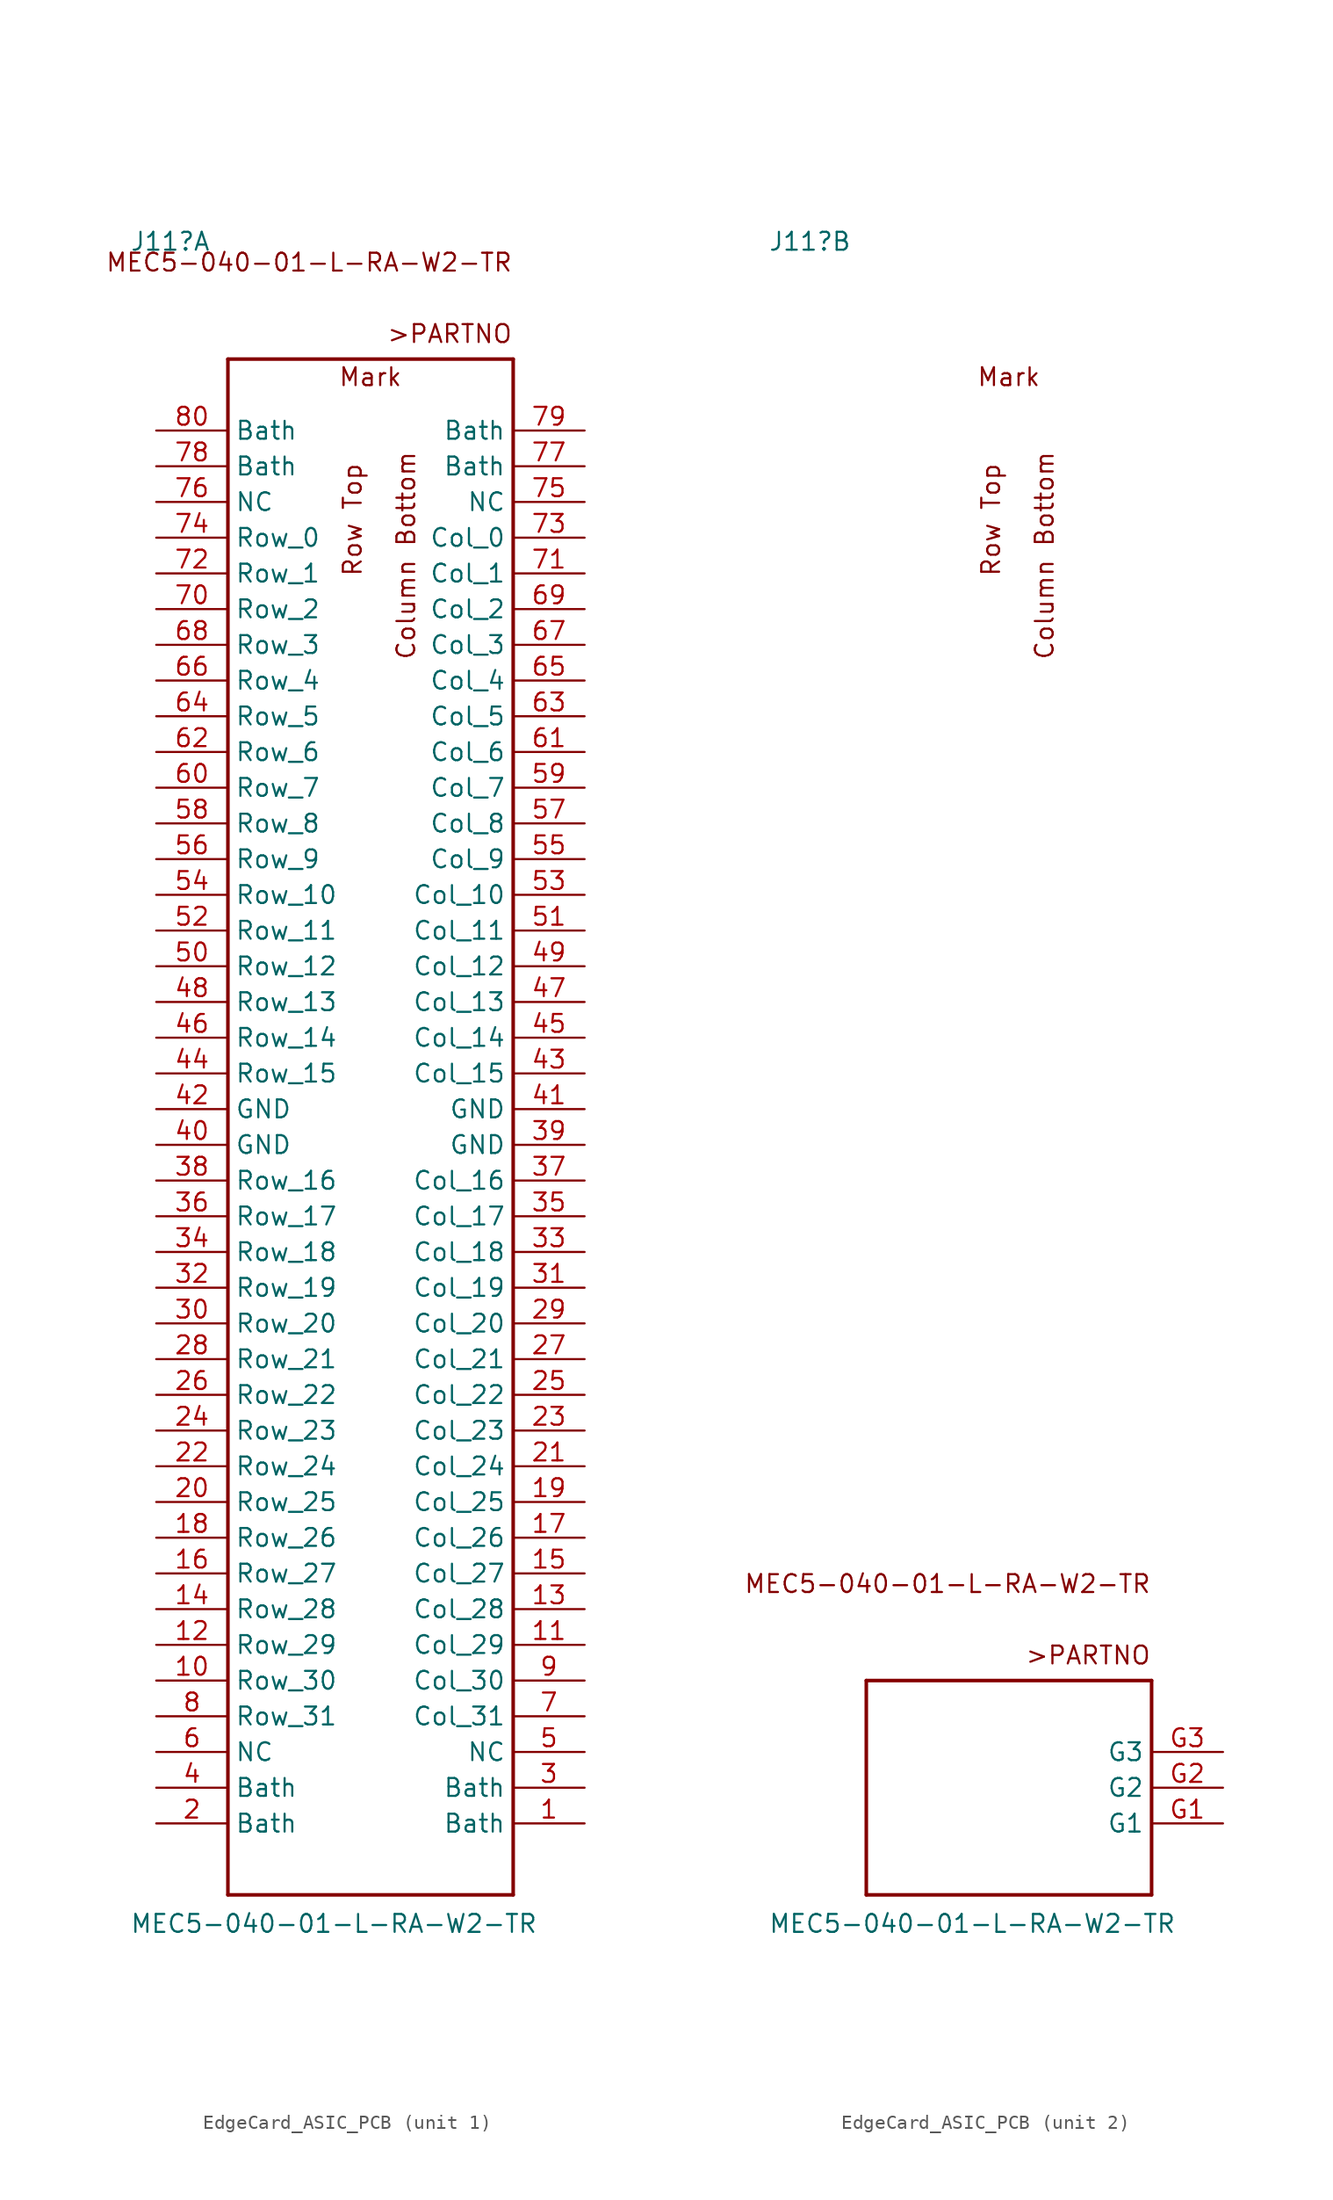
<source format=kicad_sym>
(kicad_symbol_lib
  (version 20220914)
  (generator kicad_symbol_editor)
  (symbol "EdgeCard_ASIC_PCB"
    (property "Reference" "J11"
      (at -27.284 111.76 0)
      (effects (font (size 1.27 1.27)) (justify left bottom)))
    (property "Value" "MEC5-040-01-L-RA-W2-TR"
      (at -27.284 -7.874 0)
      (effects (font (size 1.27 1.27)) (justify left bottom)))
    (symbol "EdgeCard_ASIC_PCB_0_1"
      (text "Column Bottom" (at -7.62 90.17 900) (effects (font (size 1.27 1.27))))
      (text "Mark" (at -10.16 102.87 0) (effects (font (size 1.27 1.27))))
      (text "Row Top" (at -11.43 92.71 900) (effects (font (size 1.27 1.27)))))
    (symbol "EdgeCard_ASIC_PCB_1_0"
      (polyline (pts (xy -20.3 -5.08) (xy -20.3 104.14)) (stroke (width 0.254) (type solid)) (fill (type none)))
      (polyline (pts (xy -20.3 104.14) (xy 0 104.14)) (stroke (width 0.254) (type solid)) (fill (type none)))
      (polyline (pts (xy 0 -5.08) (xy -20.3 -5.08)) (stroke (width 0.254) (type solid)) (fill (type none)))
      (polyline (pts (xy 0 104.14) (xy 0 -5.08)) (stroke (width 0.254) (type solid)) (fill (type none)))
      (text ">PARTNO" (at 0 106.68 0) (effects (font (size 1.27 1.27)) (justify right top)))
      (text "MEC5-040-01-L-RA-W2-TR" (at 0 111.76 0) (effects (font (size 1.27 1.27)) (justify right top)))
      (pin passive line (at 5.08 0 180) (length 5.08) (name "Bath" (effects (font (size 1.27 1.27)))) (number "1" (effects (font (size 1.27 1.27)))))
      (pin passive line (at -25.4 10.16 0) (length 5.08) (name "Row_30" (effects (font (size 1.27 1.27)))) (number "10" (effects (font (size 1.27 1.27)))))
      (pin passive line (at 5.08 12.7 180) (length 5.08) (name "Col_29" (effects (font (size 1.27 1.27)))) (number "11" (effects (font (size 1.27 1.27)))))
      (pin passive line (at -25.4 12.7 0) (length 5.08) (name "Row_29" (effects (font (size 1.27 1.27)))) (number "12" (effects (font (size 1.27 1.27)))))
      (pin passive line (at 5.08 15.24 180) (length 5.08) (name "Col_28" (effects (font (size 1.27 1.27)))) (number "13" (effects (font (size 1.27 1.27)))))
      (pin passive line (at -25.4 15.24 0) (length 5.08) (name "Row_28" (effects (font (size 1.27 1.27)))) (number "14" (effects (font (size 1.27 1.27)))))
      (pin passive line (at 5.08 17.78 180) (length 5.08) (name "Col_27" (effects (font (size 1.27 1.27)))) (number "15" (effects (font (size 1.27 1.27)))))
      (pin passive line (at -25.4 17.78 0) (length 5.08) (name "Row_27" (effects (font (size 1.27 1.27)))) (number "16" (effects (font (size 1.27 1.27)))))
      (pin passive line (at 5.08 20.32 180) (length 5.08) (name "Col_26" (effects (font (size 1.27 1.27)))) (number "17" (effects (font (size 1.27 1.27)))))
      (pin passive line (at -25.4 20.32 0) (length 5.08) (name "Row_26" (effects (font (size 1.27 1.27)))) (number "18" (effects (font (size 1.27 1.27)))))
      (pin passive line (at 5.08 22.86 180) (length 5.08) (name "Col_25" (effects (font (size 1.27 1.27)))) (number "19" (effects (font (size 1.27 1.27)))))
      (pin passive line (at -25.4 0 0) (length 5.08) (name "Bath" (effects (font (size 1.27 1.27)))) (number "2" (effects (font (size 1.27 1.27)))))
      (pin passive line (at -25.4 22.86 0) (length 5.08) (name "Row_25" (effects (font (size 1.27 1.27)))) (number "20" (effects (font (size 1.27 1.27)))))
      (pin passive line (at 5.08 25.4 180) (length 5.08) (name "Col_24" (effects (font (size 1.27 1.27)))) (number "21" (effects (font (size 1.27 1.27)))))
      (pin passive line (at -25.4 25.4 0) (length 5.08) (name "Row_24" (effects (font (size 1.27 1.27)))) (number "22" (effects (font (size 1.27 1.27)))))
      (pin passive line (at 5.08 27.94 180) (length 5.08) (name "Col_23" (effects (font (size 1.27 1.27)))) (number "23" (effects (font (size 1.27 1.27)))))
      (pin passive line (at -25.4 27.94 0) (length 5.08) (name "Row_23" (effects (font (size 1.27 1.27)))) (number "24" (effects (font (size 1.27 1.27)))))
      (pin passive line (at 5.08 30.48 180) (length 5.08) (name "Col_22" (effects (font (size 1.27 1.27)))) (number "25" (effects (font (size 1.27 1.27)))))
      (pin passive line (at -25.4 30.48 0) (length 5.08) (name "Row_22" (effects (font (size 1.27 1.27)))) (number "26" (effects (font (size 1.27 1.27)))))
      (pin passive line (at 5.08 33.02 180) (length 5.08) (name "Col_21" (effects (font (size 1.27 1.27)))) (number "27" (effects (font (size 1.27 1.27)))))
      (pin passive line (at -25.4 33.02 0) (length 5.08) (name "Row_21" (effects (font (size 1.27 1.27)))) (number "28" (effects (font (size 1.27 1.27)))))
      (pin passive line (at 5.08 35.56 180) (length 5.08) (name "Col_20" (effects (font (size 1.27 1.27)))) (number "29" (effects (font (size 1.27 1.27)))))
      (pin passive line (at 5.08 2.54 180) (length 5.08) (name "Bath" (effects (font (size 1.27 1.27)))) (number "3" (effects (font (size 1.27 1.27)))))
      (pin passive line (at -25.4 35.56 0) (length 5.08) (name "Row_20" (effects (font (size 1.27 1.27)))) (number "30" (effects (font (size 1.27 1.27)))))
      (pin passive line (at 5.08 38.1 180) (length 5.08) (name "Col_19" (effects (font (size 1.27 1.27)))) (number "31" (effects (font (size 1.27 1.27)))))
      (pin passive line (at -25.4 38.1 0) (length 5.08) (name "Row_19" (effects (font (size 1.27 1.27)))) (number "32" (effects (font (size 1.27 1.27)))))
      (pin passive line (at 5.08 40.64 180) (length 5.08) (name "Col_18" (effects (font (size 1.27 1.27)))) (number "33" (effects (font (size 1.27 1.27)))))
      (pin passive line (at -25.4 40.64 0) (length 5.08) (name "Row_18" (effects (font (size 1.27 1.27)))) (number "34" (effects (font (size 1.27 1.27)))))
      (pin passive line (at 5.08 43.18 180) (length 5.08) (name "Col_17" (effects (font (size 1.27 1.27)))) (number "35" (effects (font (size 1.27 1.27)))))
      (pin passive line (at -25.4 43.18 0) (length 5.08) (name "Row_17" (effects (font (size 1.27 1.27)))) (number "36" (effects (font (size 1.27 1.27)))))
      (pin passive line (at 5.08 45.72 180) (length 5.08) (name "Col_16" (effects (font (size 1.27 1.27)))) (number "37" (effects (font (size 1.27 1.27)))))
      (pin passive line (at -25.4 45.72 0) (length 5.08) (name "Row_16" (effects (font (size 1.27 1.27)))) (number "38" (effects (font (size 1.27 1.27)))))
      (pin passive line (at 5.08 48.26 180) (length 5.08) (name "GND" (effects (font (size 1.27 1.27)))) (number "39" (effects (font (size 1.27 1.27)))))
      (pin passive line (at -25.4 2.54 0) (length 5.08) (name "Bath" (effects (font (size 1.27 1.27)))) (number "4" (effects (font (size 1.27 1.27)))))
      (pin passive line (at -25.4 48.26 0) (length 5.08) (name "GND" (effects (font (size 1.27 1.27)))) (number "40" (effects (font (size 1.27 1.27)))))
      (pin passive line (at 5.08 50.8 180) (length 5.08) (name "GND" (effects (font (size 1.27 1.27)))) (number "41" (effects (font (size 1.27 1.27)))))
      (pin passive line (at -25.4 50.8 0) (length 5.08) (name "GND" (effects (font (size 1.27 1.27)))) (number "42" (effects (font (size 1.27 1.27)))))
      (pin passive line (at 5.08 53.34 180) (length 5.08) (name "Col_15" (effects (font (size 1.27 1.27)))) (number "43" (effects (font (size 1.27 1.27)))))
      (pin passive line (at -25.4 53.34 0) (length 5.08) (name "Row_15" (effects (font (size 1.27 1.27)))) (number "44" (effects (font (size 1.27 1.27)))))
      (pin passive line (at 5.08 55.88 180) (length 5.08) (name "Col_14" (effects (font (size 1.27 1.27)))) (number "45" (effects (font (size 1.27 1.27)))))
      (pin passive line (at -25.4 55.88 0) (length 5.08) (name "Row_14" (effects (font (size 1.27 1.27)))) (number "46" (effects (font (size 1.27 1.27)))))
      (pin passive line (at 5.08 58.42 180) (length 5.08) (name "Col_13" (effects (font (size 1.27 1.27)))) (number "47" (effects (font (size 1.27 1.27)))))
      (pin passive line (at -25.4 58.42 0) (length 5.08) (name "Row_13" (effects (font (size 1.27 1.27)))) (number "48" (effects (font (size 1.27 1.27)))))
      (pin passive line (at 5.08 60.96 180) (length 5.08) (name "Col_12" (effects (font (size 1.27 1.27)))) (number "49" (effects (font (size 1.27 1.27)))))
      (pin passive line (at 5.08 5.08 180) (length 5.08) (name "NC" (effects (font (size 1.27 1.27)))) (number "5" (effects (font (size 1.27 1.27)))))
      (pin passive line (at -25.4 60.96 0) (length 5.08) (name "Row_12" (effects (font (size 1.27 1.27)))) (number "50" (effects (font (size 1.27 1.27)))))
      (pin passive line (at 5.08 63.5 180) (length 5.08) (name "Col_11" (effects (font (size 1.27 1.27)))) (number "51" (effects (font (size 1.27 1.27)))))
      (pin passive line (at -25.4 63.5 0) (length 5.08) (name "Row_11" (effects (font (size 1.27 1.27)))) (number "52" (effects (font (size 1.27 1.27)))))
      (pin passive line (at 5.08 66.04 180) (length 5.08) (name "Col_10" (effects (font (size 1.27 1.27)))) (number "53" (effects (font (size 1.27 1.27)))))
      (pin passive line (at -25.4 66.04 0) (length 5.08) (name "Row_10" (effects (font (size 1.27 1.27)))) (number "54" (effects (font (size 1.27 1.27)))))
      (pin passive line (at 5.08 68.58 180) (length 5.08) (name "Col_9" (effects (font (size 1.27 1.27)))) (number "55" (effects (font (size 1.27 1.27)))))
      (pin passive line (at -25.4 68.58 0) (length 5.08) (name "Row_9" (effects (font (size 1.27 1.27)))) (number "56" (effects (font (size 1.27 1.27)))))
      (pin passive line (at 5.08 71.12 180) (length 5.08) (name "Col_8" (effects (font (size 1.27 1.27)))) (number "57" (effects (font (size 1.27 1.27)))))
      (pin passive line (at -25.4 71.12 0) (length 5.08) (name "Row_8" (effects (font (size 1.27 1.27)))) (number "58" (effects (font (size 1.27 1.27)))))
      (pin passive line (at 5.08 73.66 180) (length 5.08) (name "Col_7" (effects (font (size 1.27 1.27)))) (number "59" (effects (font (size 1.27 1.27)))))
      (pin passive line (at -25.4 5.08 0) (length 5.08) (name "NC" (effects (font (size 1.27 1.27)))) (number "6" (effects (font (size 1.27 1.27)))))
      (pin passive line (at -25.4 73.66 0) (length 5.08) (name "Row_7" (effects (font (size 1.27 1.27)))) (number "60" (effects (font (size 1.27 1.27)))))
      (pin passive line (at 5.08 76.2 180) (length 5.08) (name "Col_6" (effects (font (size 1.27 1.27)))) (number "61" (effects (font (size 1.27 1.27)))))
      (pin passive line (at -25.4 76.2 0) (length 5.08) (name "Row_6" (effects (font (size 1.27 1.27)))) (number "62" (effects (font (size 1.27 1.27)))))
      (pin passive line (at 5.08 78.74 180) (length 5.08) (name "Col_5" (effects (font (size 1.27 1.27)))) (number "63" (effects (font (size 1.27 1.27)))))
      (pin passive line (at -25.4 78.74 0) (length 5.08) (name "Row_5" (effects (font (size 1.27 1.27)))) (number "64" (effects (font (size 1.27 1.27)))))
      (pin passive line (at 5.08 81.28 180) (length 5.08) (name "Col_4" (effects (font (size 1.27 1.27)))) (number "65" (effects (font (size 1.27 1.27)))))
      (pin passive line (at -25.4 81.28 0) (length 5.08) (name "Row_4" (effects (font (size 1.27 1.27)))) (number "66" (effects (font (size 1.27 1.27)))))
      (pin passive line (at 5.08 83.82 180) (length 5.08) (name "Col_3" (effects (font (size 1.27 1.27)))) (number "67" (effects (font (size 1.27 1.27)))))
      (pin passive line (at -25.4 83.82 0) (length 5.08) (name "Row_3" (effects (font (size 1.27 1.27)))) (number "68" (effects (font (size 1.27 1.27)))))
      (pin passive line (at 5.08 86.36 180) (length 5.08) (name "Col_2" (effects (font (size 1.27 1.27)))) (number "69" (effects (font (size 1.27 1.27)))))
      (pin passive line (at 5.08 7.62 180) (length 5.08) (name "Col_31" (effects (font (size 1.27 1.27)))) (number "7" (effects (font (size 1.27 1.27)))))
      (pin passive line (at -25.4 86.36 0) (length 5.08) (name "Row_2" (effects (font (size 1.27 1.27)))) (number "70" (effects (font (size 1.27 1.27)))))
      (pin passive line (at 5.08 88.9 180) (length 5.08) (name "Col_1" (effects (font (size 1.27 1.27)))) (number "71" (effects (font (size 1.27 1.27)))))
      (pin passive line (at -25.4 88.9 0) (length 5.08) (name "Row_1" (effects (font (size 1.27 1.27)))) (number "72" (effects (font (size 1.27 1.27)))))
      (pin passive line (at 5.08 91.44 180) (length 5.08) (name "Col_0" (effects (font (size 1.27 1.27)))) (number "73" (effects (font (size 1.27 1.27)))))
      (pin passive line (at -25.4 91.44 0) (length 5.08) (name "Row_0" (effects (font (size 1.27 1.27)))) (number "74" (effects (font (size 1.27 1.27)))))
      (pin passive line (at 5.08 93.98 180) (length 5.08) (name "NC" (effects (font (size 1.27 1.27)))) (number "75" (effects (font (size 1.27 1.27)))))
      (pin passive line (at -25.4 93.98 0) (length 5.08) (name "NC" (effects (font (size 1.27 1.27)))) (number "76" (effects (font (size 1.27 1.27)))))
      (pin passive line (at 5.08 96.52 180) (length 5.08) (name "Bath" (effects (font (size 1.27 1.27)))) (number "77" (effects (font (size 1.27 1.27)))))
      (pin passive line (at -25.4 96.52 0) (length 5.08) (name "Bath" (effects (font (size 1.27 1.27)))) (number "78" (effects (font (size 1.27 1.27)))))
      (pin passive line (at 5.08 99.06 180) (length 5.08) (name "Bath" (effects (font (size 1.27 1.27)))) (number "79" (effects (font (size 1.27 1.27)))))
      (pin passive line (at -25.4 7.62 0) (length 5.08) (name "Row_31" (effects (font (size 1.27 1.27)))) (number "8" (effects (font (size 1.27 1.27)))))
      (pin passive line (at -25.4 99.06 0) (length 5.08) (name "Bath" (effects (font (size 1.27 1.27)))) (number "80" (effects (font (size 1.27 1.27)))))
      (pin passive line (at 5.08 10.16 180) (length 5.08) (name "Col_30" (effects (font (size 1.27 1.27)))) (number "9" (effects (font (size 1.27 1.27))))))
    (symbol "EdgeCard_ASIC_PCB_2_0"
      (polyline (pts (xy -20.3 -5.08) (xy -20.3 10.16)) (stroke (width 0.254) (type solid)) (fill (type none)))
      (polyline (pts (xy -20.3 10.16) (xy 0 10.16)) (stroke (width 0.254) (type solid)) (fill (type none)))
      (polyline (pts (xy 0 -5.08) (xy -20.3 -5.08)) (stroke (width 0.254) (type solid)) (fill (type none)))
      (polyline (pts (xy 0 10.16) (xy 0 -5.08)) (stroke (width 0.254) (type solid)) (fill (type none)))
      (text ">PARTNO" (at 0 12.7 0) (effects (font (size 1.27 1.27)) (justify right top)))
      (text "MEC5-040-01-L-RA-W2-TR" (at 0 17.78 0) (effects (font (size 1.27 1.27)) (justify right top)))
      (pin power_in line (at 5.08 0 180) (length 5.08) (name "G1" (effects (font (size 1.27 1.27)))) (number "G1" (effects (font (size 1.27 1.27)))))
      (pin power_in line (at 5.08 2.54 180) (length 5.08) (name "G2" (effects (font (size 1.27 1.27)))) (number "G2" (effects (font (size 1.27 1.27)))))
      (pin power_in line (at 5.08 5.08 180) (length 5.08) (name "G3" (effects (font (size 1.27 1.27)))) (number "G3" (effects (font (size 1.27 1.27))))))))
</source>
